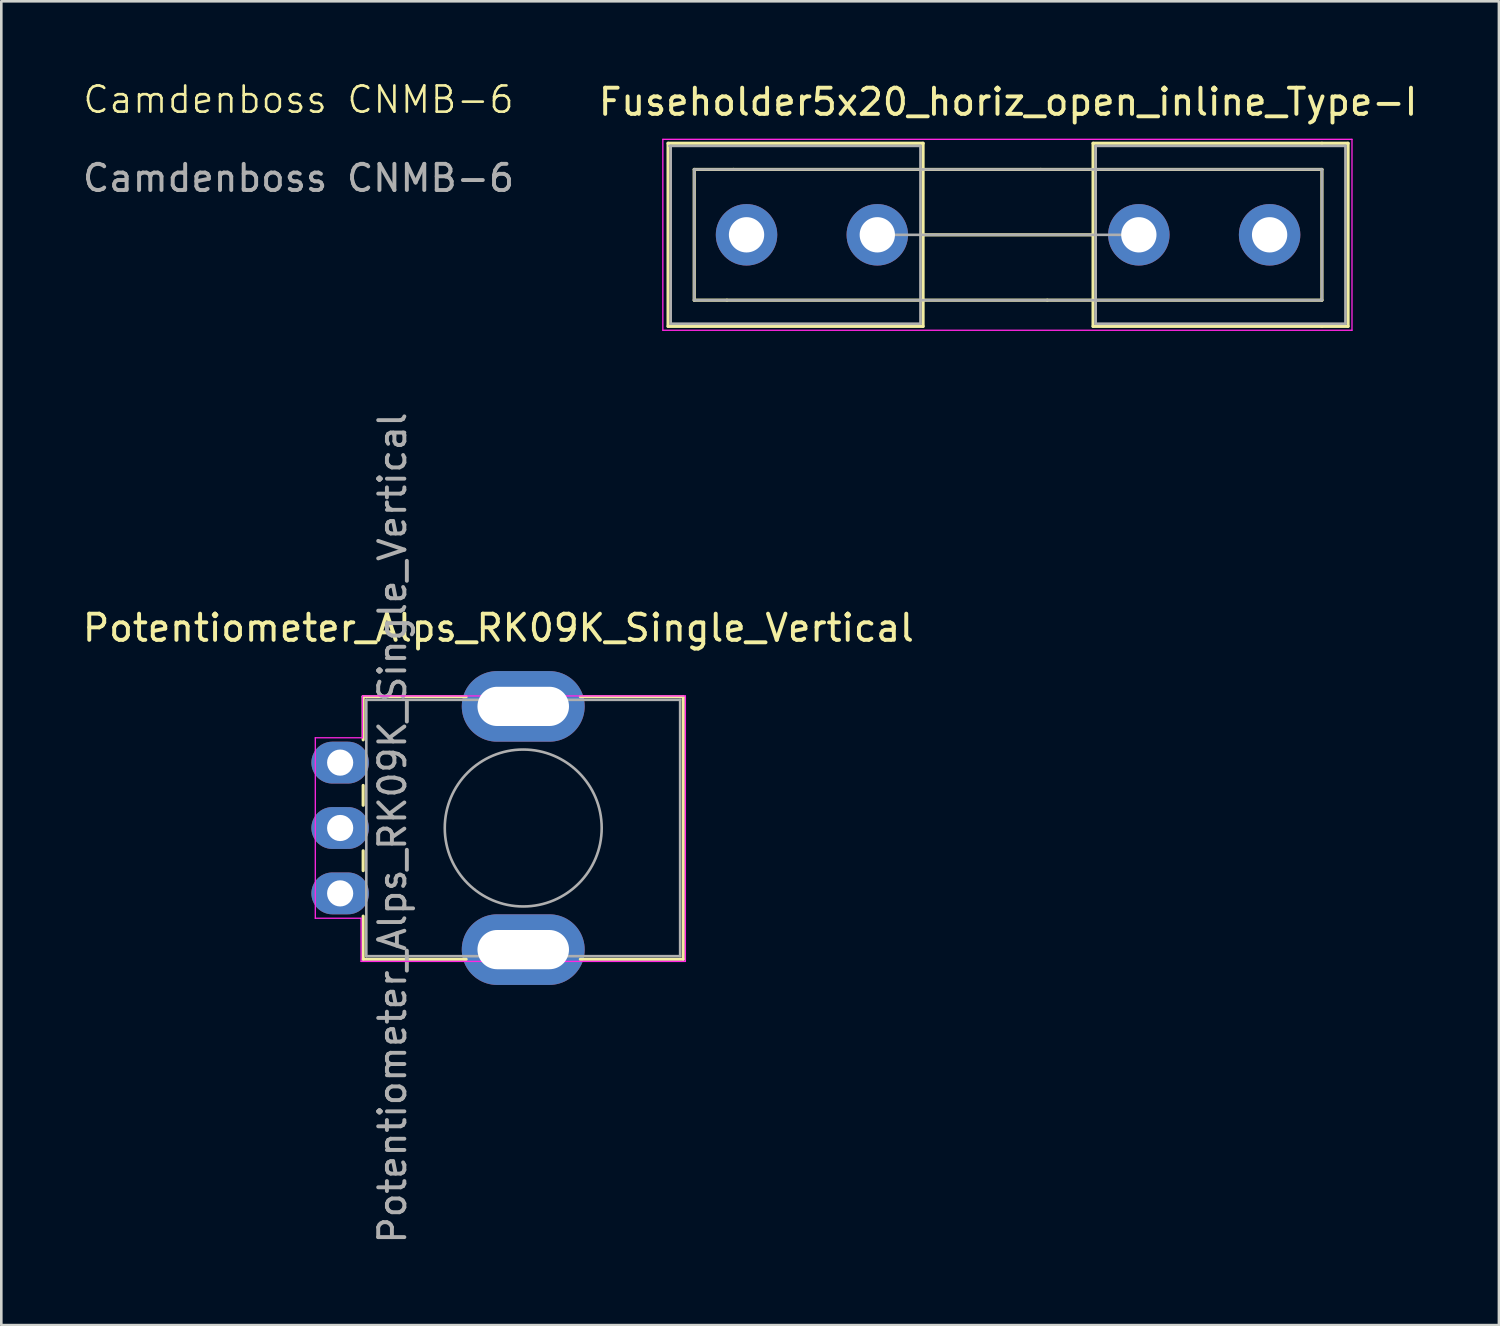
<source format=kicad_pcb>
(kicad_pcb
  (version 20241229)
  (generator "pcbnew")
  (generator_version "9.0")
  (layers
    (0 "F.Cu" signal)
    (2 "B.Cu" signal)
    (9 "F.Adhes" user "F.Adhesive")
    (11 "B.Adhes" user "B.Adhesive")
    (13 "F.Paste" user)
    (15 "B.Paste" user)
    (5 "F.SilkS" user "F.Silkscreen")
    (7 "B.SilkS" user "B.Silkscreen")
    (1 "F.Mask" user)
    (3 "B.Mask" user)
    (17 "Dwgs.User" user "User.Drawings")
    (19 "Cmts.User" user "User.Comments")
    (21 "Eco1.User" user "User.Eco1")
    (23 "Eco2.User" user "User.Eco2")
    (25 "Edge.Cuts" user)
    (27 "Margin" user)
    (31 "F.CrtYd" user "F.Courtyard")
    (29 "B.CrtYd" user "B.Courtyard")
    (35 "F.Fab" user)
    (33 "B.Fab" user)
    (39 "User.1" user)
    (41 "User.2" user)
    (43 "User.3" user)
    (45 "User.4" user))
  (footprint "Potentiometer_Alps_RK09K_Single_Vertical"
    (layer "F.Cu")
    (at 16.956 28.609)
    (property "Reference" "Potentiometer_Alps_RK09K_Single_Vertical" (at -0.95 -7.65 0) (layer "F.SilkS") (effects (font (size 1 1) (thickness 0.15))))
    (attr through_hole exclude_from_pos_files)
    (fp_line (start -6.12 -5.021) (end -6.12 -3.371) (stroke (width 0.12) (type solid)) (layer "F.SilkS"))
    (fp_line (start -6.12 -5.021) (end -2.183 -5.021) (stroke (width 0.12) (type solid)) (layer "F.SilkS"))
    (fp_line (start -6.12 -1.629) (end -6.12 -0.87) (stroke (width 0.12) (type solid)) (layer "F.SilkS"))
    (fp_line (start -6.12 0.871) (end -6.12 1.63) (stroke (width 0.12) (type solid)) (layer "F.SilkS"))
    (fp_line (start -6.12 3.37) (end -6.12 5.02) (stroke (width 0.12) (type solid)) (layer "F.SilkS"))
    (fp_line (start -6.12 5.02) (end -2.183 5.02) (stroke (width 0.12) (type solid)) (layer "F.SilkS"))
    (fp_line (start 2.184 -5.021) (end 6.12 -5.021) (stroke (width 0.12) (type solid)) (layer "F.SilkS"))
    (fp_line (start 2.184 5.02) (end 6.12 5.02) (stroke (width 0.12) (type solid)) (layer "F.SilkS"))
    (fp_line (start 6.12 -5.021) (end 6.12 5.02) (stroke (width 0.12) (type solid)) (layer "F.SilkS"))
    (fp_line (start -7.95 -3.45) (end -6.15 -3.45) (stroke (width 0.05) (type solid)) (layer "F.CrtYd"))
    (fp_line (start -7.95 3.45) (end -7.95 -3.45) (stroke (width 0.05) (type solid)) (layer "F.CrtYd"))
    (fp_line (start -6.2 3.45) (end -7.95 3.45) (stroke (width 0.05) (type solid)) (layer "F.CrtYd"))
    (fp_line (start -6.2 5.1) (end -6.2 3.45) (stroke (width 0.05) (type solid)) (layer "F.CrtYd"))
    (fp_line (start -6.15 -5.05) (end 6.2 -5.05) (stroke (width 0.05) (type solid)) (layer "F.CrtYd"))
    (fp_line (start -6.15 -3.45) (end -6.15 -5.05) (stroke (width 0.05) (type solid)) (layer "F.CrtYd"))
    (fp_line (start 6.2 -5.05) (end 6.2 5.1) (stroke (width 0.05) (type solid)) (layer "F.CrtYd"))
    (fp_line (start 6.2 5.1) (end -6.2 5.1) (stroke (width 0.05) (type solid)) (layer "F.CrtYd"))
    (fp_line (start -6 -4.9) (end -6 4.9) (stroke (width 0.1) (type solid)) (layer "F.Fab"))
    (fp_line (start -6 4.9) (end 6 4.9) (stroke (width 0.1) (type solid)) (layer "F.Fab"))
    (fp_line (start 6 -4.9) (end -6 -4.9) (stroke (width 0.1) (type solid)) (layer "F.Fab"))
    (fp_line (start 6 4.9) (end 6 -4.9) (stroke (width 0.1) (type solid)) (layer "F.Fab"))
    (fp_circle (center 0 0) (end 3 0) (stroke (width 0.1) (type solid)) (fill no) (layer "F.Fab"))
    (fp_text user "${REFERENCE}" (at -5 0 270) (layer "F.Fab") (effects (font (size 1 1) (thickness 0.15))))
    (pad "" np_thru_hole oval (at 0 -4.65) (size 4.7 2.7) (drill oval 3.5 1.5) (layers "*.Cu" "*.Mask"))
    (pad "" np_thru_hole oval (at 0 4.65) (size 4.7 2.7) (drill oval 3.5 1.5) (layers "*.Cu" "*.Mask"))
    (pad "1" thru_hole oval (at -7 2.5) (size 2.2 1.6) (drill 1) (layers "*.Cu" "*.Mask"))
    (pad "2" thru_hole oval (at -7 0) (size 2.2 1.6) (drill 1) (layers "*.Cu" "*.Mask"))
    (pad "3" thru_hole oval (at -7 -2.5) (size 2.2 1.6) (drill 1) (layers "*.Cu" "*.Mask")))
  (footprint "Camdenboss CNMB-6"
    (layer "F.Cu")
    (at 8.363 1.26)
    (property "Reference" "Camdenboss CNMB-6" (at 0 -0.5 0) (unlocked yes) (layer "F.SilkS") (effects (font (size 1 1) (thickness 0.1))))
    (attr through_hole)
    (fp_text user "${REFERENCE}" (at 0 2.5 0) (unlocked yes) (layer "F.Fab") (effects (font (size 1 1) (thickness 0.15)))))
  (footprint "Fuseholder5x20_horiz_open_inline_Type-I"
    (layer "F.Cu")
    (at 25.494 5.928)
    (property "Reference" "Fuseholder5x20_horiz_open_inline_Type-I" (at 10 -5.08 0) (layer "F.SilkS") (effects (font (size 1 1) (thickness 0.15))))
    (attr through_hole)
    (fp_line (start -3 -3.5) (end -3 3.5) (stroke (width 0.12) (type solid)) (layer "F.SilkS"))
    (fp_line (start -2 -2.5) (end -2 2.5) (stroke (width 0.12) (type solid)) (layer "F.SilkS"))
    (fp_line (start -0.75 2.5) (end -2 2.5) (stroke (width 0.12) (type solid)) (layer "F.SilkS"))
    (fp_line (start -0.5 -2.5) (end -2 -2.5) (stroke (width 0.12) (type solid)) (layer "F.SilkS"))
    (fp_line (start 6.75 -3.5) (end -3 -3.5) (stroke (width 0.12) (type solid)) (layer "F.SilkS"))
    (fp_line (start 6.75 -3.5) (end 6.75 3.5) (stroke (width 0.12) (type solid)) (layer "F.SilkS"))
    (fp_line (start 6.75 3.5) (end -3 3.5) (stroke (width 0.12) (type solid)) (layer "F.SilkS"))
    (fp_line (start 11.25 -2.5) (end -0.5 -2.5) (stroke (width 0.12) (type solid)) (layer "F.SilkS"))
    (fp_line (start 11.5 2.5) (end -0.75 2.5) (stroke (width 0.12) (type solid)) (layer "F.SilkS"))
    (fp_line (start 13.25 -3.5) (end 13.25 3.5) (stroke (width 0.12) (type solid)) (layer "F.SilkS"))
    (fp_line (start 13.25 0) (end 6.75 0) (stroke (width 0.12) (type solid)) (layer "F.SilkS"))
    (fp_line (start 22 -3.5) (end 13.25 -3.5) (stroke (width 0.12) (type solid)) (layer "F.SilkS"))
    (fp_line (start 22 -2.5) (end 11.25 -2.5) (stroke (width 0.12) (type solid)) (layer "F.SilkS"))
    (fp_line (start 22 -2.5) (end 22 2.5) (stroke (width 0.12) (type solid)) (layer "F.SilkS"))
    (fp_line (start 22 2.5) (end 11.5 2.5) (stroke (width 0.12) (type solid)) (layer "F.SilkS"))
    (fp_line (start 22 3.5) (end 13.25 3.5) (stroke (width 0.12) (type solid)) (layer "F.SilkS"))
    (fp_line (start 23 -3.5) (end 22 -3.5) (stroke (width 0.12) (type solid)) (layer "F.SilkS"))
    (fp_line (start 23 -3.5) (end 23 3.5) (stroke (width 0.12) (type solid)) (layer "F.SilkS"))
    (fp_line (start 23 3.5) (end 22 3.5) (stroke (width 0.12) (type solid)) (layer "F.SilkS"))
    (fp_line (start -3.2 -3.65) (end -3.2 3.65) (stroke (width 0.05) (type solid)) (layer "F.CrtYd"))
    (fp_line (start -3.2 -3.65) (end 23.15 -3.65) (stroke (width 0.05) (type solid)) (layer "F.CrtYd"))
    (fp_line (start 23.15 3.65) (end -3.2 3.65) (stroke (width 0.05) (type solid)) (layer "F.CrtYd"))
    (fp_line (start 23.15 3.65) (end 23.15 -3.65) (stroke (width 0.05) (type solid)) (layer "F.CrtYd"))
    (fp_line (start -2.95 -3.4) (end 6.65 -3.4) (stroke (width 0.1) (type solid)) (layer "F.Fab"))
    (fp_line (start -2.9 3.4) (end -2.9 -3.4) (stroke (width 0.1) (type solid)) (layer "F.Fab"))
    (fp_line (start -2 -2.5) (end 22 -2.5) (stroke (width 0.1) (type solid)) (layer "F.Fab"))
    (fp_line (start -2 2.5) (end -2 -2.5) (stroke (width 0.1) (type solid)) (layer "F.Fab"))
    (fp_line (start 5 0) (end 15 0) (stroke (width 0.1) (type solid)) (layer "F.Fab"))
    (fp_line (start 6.65 -3.4) (end 6.65 3.4) (stroke (width 0.1) (type solid)) (layer "F.Fab"))
    (fp_line (start 6.65 3.4) (end -2.9 3.4) (stroke (width 0.1) (type solid)) (layer "F.Fab"))
    (fp_line (start 13.35 -3.4) (end 13.35 3.4) (stroke (width 0.1) (type solid)) (layer "F.Fab"))
    (fp_line (start 13.35 3.4) (end 22.9 3.4) (stroke (width 0.1) (type solid)) (layer "F.Fab"))
    (fp_line (start 22 -2.5) (end 22 2.5) (stroke (width 0.1) (type solid)) (layer "F.Fab"))
    (fp_line (start 22 2.5) (end -2 2.5) (stroke (width 0.1) (type solid)) (layer "F.Fab"))
    (fp_line (start 22.9 -3.4) (end 13.35 -3.4) (stroke (width 0.1) (type solid)) (layer "F.Fab"))
    (fp_line (start 22.9 3.4) (end 22.9 -3.4) (stroke (width 0.1) (type solid)) (layer "F.Fab"))
    (pad "1" thru_hole circle (at 0 0) (size 2.35 2.35) (drill 1.35) (layers "*.Cu" "*.Mask"))
    (pad "1" thru_hole circle (at 5 0) (size 2.35 2.35) (drill 1.35) (layers "*.Cu" "*.Mask"))
    (pad "2" thru_hole circle (at 15 0) (size 2.35 2.35) (drill 1.35) (layers "*.Cu" "*.Mask"))
    (pad "2" thru_hole circle (at 20 0) (size 2.35 2.35) (drill 1.35) (layers "*.Cu" "*.Mask")))
  (gr_rect
    (start -3 -3)
    (end 54.262 47.615)
    (stroke (width 0.1) (type default))
    (fill no)
    (layer "Edge.Cuts")))
</source>
